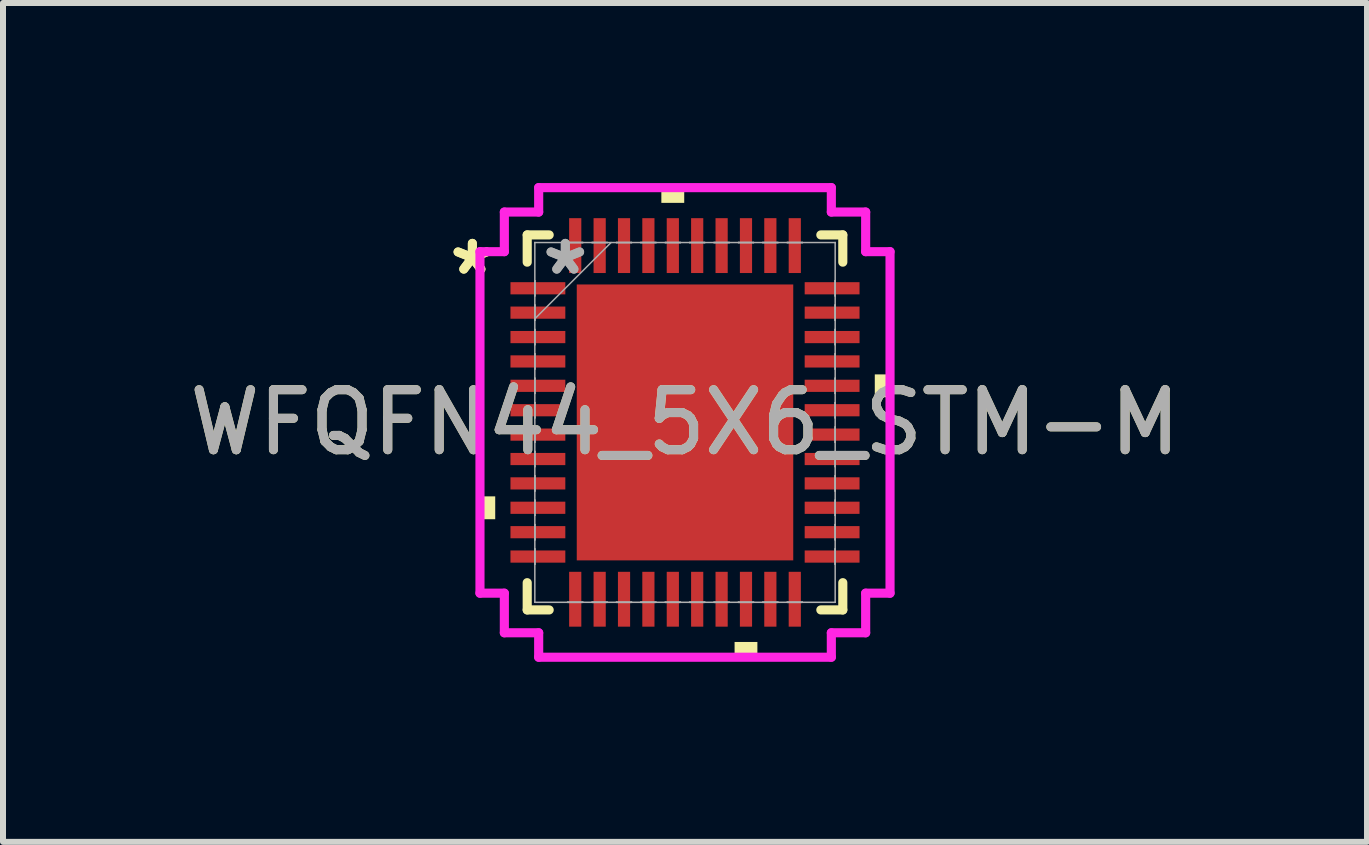
<source format=kicad_pcb>
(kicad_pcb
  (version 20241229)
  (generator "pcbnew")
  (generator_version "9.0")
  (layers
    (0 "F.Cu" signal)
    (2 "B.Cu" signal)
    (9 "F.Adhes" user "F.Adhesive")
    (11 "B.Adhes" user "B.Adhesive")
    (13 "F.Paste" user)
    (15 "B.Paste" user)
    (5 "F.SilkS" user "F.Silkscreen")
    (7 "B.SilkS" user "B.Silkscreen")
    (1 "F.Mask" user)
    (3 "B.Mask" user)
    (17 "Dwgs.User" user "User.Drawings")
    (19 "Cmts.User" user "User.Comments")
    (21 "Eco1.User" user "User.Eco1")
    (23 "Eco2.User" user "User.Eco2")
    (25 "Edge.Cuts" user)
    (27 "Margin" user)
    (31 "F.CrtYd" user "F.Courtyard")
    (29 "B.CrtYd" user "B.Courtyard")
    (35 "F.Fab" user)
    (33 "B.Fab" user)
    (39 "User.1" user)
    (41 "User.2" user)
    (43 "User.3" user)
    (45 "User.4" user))
  (footprint "WFQFN44_5X6_STM-M"
    (layer "F.Cu")
    (at 8.363 3.988)
    (property "Reference" "WFQFN44_5X6_STM-M" (at 0 0 0) (unlocked yes) (layer "F.SilkS") (effects (font (size 1 1) (thickness 0.15))))
    (attr smd)
    (fp_line (start -2.629 -3.124) (end -2.629 -2.67) (stroke (width 0.152) (type solid)) (layer "F.SilkS"))
    (fp_line (start -2.629 2.67) (end -2.629 3.124) (stroke (width 0.152) (type solid)) (layer "F.SilkS"))
    (fp_line (start -2.629 3.124) (end -2.263 3.124) (stroke (width 0.152) (type solid)) (layer "F.SilkS"))
    (fp_line (start -2.263 -3.124) (end -2.629 -3.124) (stroke (width 0.152) (type solid)) (layer "F.SilkS"))
    (fp_line (start 2.263 3.124) (end 2.629 3.124) (stroke (width 0.152) (type solid)) (layer "F.SilkS"))
    (fp_line (start 2.629 -3.124) (end 2.263 -3.124) (stroke (width 0.152) (type solid)) (layer "F.SilkS"))
    (fp_line (start 2.629 -2.67) (end 2.629 -3.124) (stroke (width 0.152) (type solid)) (layer "F.SilkS"))
    (fp_line (start 2.629 3.124) (end 2.629 2.67) (stroke (width 0.152) (type solid)) (layer "F.SilkS"))
    (fp_poly (pts (xy -3.416 1.232) (xy -3.416 1.613) (xy -3.162 1.613) (xy -3.162 1.232)) (stroke (width 0) (type solid)) (fill yes) (layer "F.SilkS"))
    (fp_poly (pts (xy -0.394 -3.658) (xy -0.394 -3.912) (xy -0.013 -3.912) (xy -0.013 -3.658)) (stroke (width 0) (type solid)) (fill yes) (layer "F.SilkS"))
    (fp_poly (pts (xy 0.826 3.658) (xy 0.826 3.912) (xy 1.206 3.912) (xy 1.206 3.658)) (stroke (width 0) (type solid)) (fill yes) (layer "F.SilkS"))
    (fp_poly (pts (xy 3.416 -0.8) (xy 3.416 -0.419) (xy 3.162 -0.419) (xy 3.162 -0.8)) (stroke (width 0) (type solid)) (fill yes) (layer "F.SilkS"))
    (fp_poly (pts (xy -1.703 -2.199) (xy -1.703 -0.866) (xy -0.1 -0.866) (xy -0.1 -2.199)) (stroke (width 0) (type solid)) (fill yes) (layer "F.Paste"))
    (fp_poly (pts (xy -1.703 -0.666) (xy -1.703 0.666) (xy -0.1 0.666) (xy -0.1 -0.666)) (stroke (width 0) (type solid)) (fill yes) (layer "F.Paste"))
    (fp_poly (pts (xy -1.703 0.866) (xy -1.703 2.199) (xy -0.1 2.199) (xy -0.1 0.866)) (stroke (width 0) (type solid)) (fill yes) (layer "F.Paste"))
    (fp_poly (pts (xy 0.1 -2.199) (xy 0.1 -0.866) (xy 1.703 -0.866) (xy 1.703 -2.199)) (stroke (width 0) (type solid)) (fill yes) (layer "F.Paste"))
    (fp_poly (pts (xy 0.1 -0.666) (xy 0.1 0.666) (xy 1.703 0.666) (xy 1.703 -0.666)) (stroke (width 0) (type solid)) (fill yes) (layer "F.Paste"))
    (fp_poly (pts (xy 0.1 0.866) (xy 0.1 2.199) (xy 1.703 2.199) (xy 1.703 0.866)) (stroke (width 0) (type solid)) (fill yes) (layer "F.Paste"))
    (fp_line (start -3.416 -2.845) (end -3.01 -2.845) (stroke (width 0.152) (type solid)) (layer "F.CrtYd"))
    (fp_line (start -3.416 2.845) (end -3.416 -2.845) (stroke (width 0.152) (type solid)) (layer "F.CrtYd"))
    (fp_line (start -3.01 -3.505) (end -2.438 -3.505) (stroke (width 0.152) (type solid)) (layer "F.CrtYd"))
    (fp_line (start -3.01 -2.845) (end -3.01 -3.505) (stroke (width 0.152) (type solid)) (layer "F.CrtYd"))
    (fp_line (start -3.01 2.845) (end -3.416 2.845) (stroke (width 0.152) (type solid)) (layer "F.CrtYd"))
    (fp_line (start -3.01 3.505) (end -3.01 2.845) (stroke (width 0.152) (type solid)) (layer "F.CrtYd"))
    (fp_line (start -2.438 -3.912) (end 2.438 -3.912) (stroke (width 0.152) (type solid)) (layer "F.CrtYd"))
    (fp_line (start -2.438 -3.505) (end -2.438 -3.912) (stroke (width 0.152) (type solid)) (layer "F.CrtYd"))
    (fp_line (start -2.438 3.505) (end -3.01 3.505) (stroke (width 0.152) (type solid)) (layer "F.CrtYd"))
    (fp_line (start -2.438 3.912) (end -2.438 3.505) (stroke (width 0.152) (type solid)) (layer "F.CrtYd"))
    (fp_line (start 2.438 -3.912) (end 2.438 -3.505) (stroke (width 0.152) (type solid)) (layer "F.CrtYd"))
    (fp_line (start 2.438 -3.505) (end 3.01 -3.505) (stroke (width 0.152) (type solid)) (layer "F.CrtYd"))
    (fp_line (start 2.438 3.505) (end 2.438 3.912) (stroke (width 0.152) (type solid)) (layer "F.CrtYd"))
    (fp_line (start 2.438 3.912) (end -2.438 3.912) (stroke (width 0.152) (type solid)) (layer "F.CrtYd"))
    (fp_line (start 3.01 -3.505) (end 3.01 -2.845) (stroke (width 0.152) (type solid)) (layer "F.CrtYd"))
    (fp_line (start 3.01 -2.845) (end 3.416 -2.845) (stroke (width 0.152) (type solid)) (layer "F.CrtYd"))
    (fp_line (start 3.01 2.845) (end 3.01 3.505) (stroke (width 0.152) (type solid)) (layer "F.CrtYd"))
    (fp_line (start 3.01 3.505) (end 2.438 3.505) (stroke (width 0.152) (type solid)) (layer "F.CrtYd"))
    (fp_line (start 3.416 -2.845) (end 3.416 2.845) (stroke (width 0.152) (type solid)) (layer "F.CrtYd"))
    (fp_line (start 3.416 2.845) (end 3.01 2.845) (stroke (width 0.152) (type solid)) (layer "F.CrtYd"))
    (fp_line (start -2.502 -2.997) (end -2.502 -2.997) (stroke (width 0.025) (type solid)) (layer "F.Fab"))
    (fp_line (start -2.502 -2.997) (end -2.502 2.997) (stroke (width 0.025) (type solid)) (layer "F.Fab"))
    (fp_line (start -2.502 -2.362) (end -2.502 -2.362) (stroke (width 0.025) (type solid)) (layer "F.Fab"))
    (fp_line (start -2.502 -2.362) (end -2.502 -2.108) (stroke (width 0.025) (type solid)) (layer "F.Fab"))
    (fp_line (start -2.502 -2.108) (end -2.502 -2.362) (stroke (width 0.025) (type solid)) (layer "F.Fab"))
    (fp_line (start -2.502 -2.108) (end -2.502 -2.108) (stroke (width 0.025) (type solid)) (layer "F.Fab"))
    (fp_line (start -2.502 -1.956) (end -2.502 -1.956) (stroke (width 0.025) (type solid)) (layer "F.Fab"))
    (fp_line (start -2.502 -1.956) (end -2.502 -1.702) (stroke (width 0.025) (type solid)) (layer "F.Fab"))
    (fp_line (start -2.502 -1.727) (end -1.232 -2.997) (stroke (width 0.025) (type solid)) (layer "F.Fab"))
    (fp_line (start -2.502 -1.702) (end -2.502 -1.956) (stroke (width 0.025) (type solid)) (layer "F.Fab"))
    (fp_line (start -2.502 -1.702) (end -2.502 -1.702) (stroke (width 0.025) (type solid)) (layer "F.Fab"))
    (fp_line (start -2.502 -1.549) (end -2.502 -1.549) (stroke (width 0.025) (type solid)) (layer "F.Fab"))
    (fp_line (start -2.502 -1.549) (end -2.502 -1.295) (stroke (width 0.025) (type solid)) (layer "F.Fab"))
    (fp_line (start -2.502 -1.295) (end -2.502 -1.549) (stroke (width 0.025) (type solid)) (layer "F.Fab"))
    (fp_line (start -2.502 -1.295) (end -2.502 -1.295) (stroke (width 0.025) (type solid)) (layer "F.Fab"))
    (fp_line (start -2.502 -1.143) (end -2.502 -1.143) (stroke (width 0.025) (type solid)) (layer "F.Fab"))
    (fp_line (start -2.502 -1.143) (end -2.502 -0.889) (stroke (width 0.025) (type solid)) (layer "F.Fab"))
    (fp_line (start -2.502 -0.889) (end -2.502 -1.143) (stroke (width 0.025) (type solid)) (layer "F.Fab"))
    (fp_line (start -2.502 -0.889) (end -2.502 -0.889) (stroke (width 0.025) (type solid)) (layer "F.Fab"))
    (fp_line (start -2.502 -0.737) (end -2.502 -0.737) (stroke (width 0.025) (type solid)) (layer "F.Fab"))
    (fp_line (start -2.502 -0.737) (end -2.502 -0.483) (stroke (width 0.025) (type solid)) (layer "F.Fab"))
    (fp_line (start -2.502 -0.483) (end -2.502 -0.737) (stroke (width 0.025) (type solid)) (layer "F.Fab"))
    (fp_line (start -2.502 -0.483) (end -2.502 -0.483) (stroke (width 0.025) (type solid)) (layer "F.Fab"))
    (fp_line (start -2.502 -0.33) (end -2.502 -0.33) (stroke (width 0.025) (type solid)) (layer "F.Fab"))
    (fp_line (start -2.502 -0.33) (end -2.502 -0.076) (stroke (width 0.025) (type solid)) (layer "F.Fab"))
    (fp_line (start -2.502 -0.076) (end -2.502 -0.33) (stroke (width 0.025) (type solid)) (layer "F.Fab"))
    (fp_line (start -2.502 -0.076) (end -2.502 -0.076) (stroke (width 0.025) (type solid)) (layer "F.Fab"))
    (fp_line (start -2.502 0.076) (end -2.502 0.076) (stroke (width 0.025) (type solid)) (layer "F.Fab"))
    (fp_line (start -2.502 0.076) (end -2.502 0.33) (stroke (width 0.025) (type solid)) (layer "F.Fab"))
    (fp_line (start -2.502 0.33) (end -2.502 0.076) (stroke (width 0.025) (type solid)) (layer "F.Fab"))
    (fp_line (start -2.502 0.33) (end -2.502 0.33) (stroke (width 0.025) (type solid)) (layer "F.Fab"))
    (fp_line (start -2.502 0.483) (end -2.502 0.483) (stroke (width 0.025) (type solid)) (layer "F.Fab"))
    (fp_line (start -2.502 0.483) (end -2.502 0.737) (stroke (width 0.025) (type solid)) (layer "F.Fab"))
    (fp_line (start -2.502 0.737) (end -2.502 0.483) (stroke (width 0.025) (type solid)) (layer "F.Fab"))
    (fp_line (start -2.502 0.737) (end -2.502 0.737) (stroke (width 0.025) (type solid)) (layer "F.Fab"))
    (fp_line (start -2.502 0.889) (end -2.502 0.889) (stroke (width 0.025) (type solid)) (layer "F.Fab"))
    (fp_line (start -2.502 0.889) (end -2.502 1.143) (stroke (width 0.025) (type solid)) (layer "F.Fab"))
    (fp_line (start -2.502 1.143) (end -2.502 0.889) (stroke (width 0.025) (type solid)) (layer "F.Fab"))
    (fp_line (start -2.502 1.143) (end -2.502 1.143) (stroke (width 0.025) (type solid)) (layer "F.Fab"))
    (fp_line (start -2.502 1.295) (end -2.502 1.295) (stroke (width 0.025) (type solid)) (layer "F.Fab"))
    (fp_line (start -2.502 1.295) (end -2.502 1.549) (stroke (width 0.025) (type solid)) (layer "F.Fab"))
    (fp_line (start -2.502 1.549) (end -2.502 1.295) (stroke (width 0.025) (type solid)) (layer "F.Fab"))
    (fp_line (start -2.502 1.549) (end -2.502 1.549) (stroke (width 0.025) (type solid)) (layer "F.Fab"))
    (fp_line (start -2.502 1.702) (end -2.502 1.702) (stroke (width 0.025) (type solid)) (layer "F.Fab"))
    (fp_line (start -2.502 1.702) (end -2.502 1.956) (stroke (width 0.025) (type solid)) (layer "F.Fab"))
    (fp_line (start -2.502 1.956) (end -2.502 1.702) (stroke (width 0.025) (type solid)) (layer "F.Fab"))
    (fp_line (start -2.502 1.956) (end -2.502 1.956) (stroke (width 0.025) (type solid)) (layer "F.Fab"))
    (fp_line (start -2.502 2.108) (end -2.502 2.108) (stroke (width 0.025) (type solid)) (layer "F.Fab"))
    (fp_line (start -2.502 2.108) (end -2.502 2.362) (stroke (width 0.025) (type solid)) (layer "F.Fab"))
    (fp_line (start -2.502 2.362) (end -2.502 2.108) (stroke (width 0.025) (type solid)) (layer "F.Fab"))
    (fp_line (start -2.502 2.362) (end -2.502 2.362) (stroke (width 0.025) (type solid)) (layer "F.Fab"))
    (fp_line (start -2.502 2.997) (end -2.502 2.997) (stroke (width 0.025) (type solid)) (layer "F.Fab"))
    (fp_line (start -2.502 2.997) (end 2.502 2.997) (stroke (width 0.025) (type solid)) (layer "F.Fab"))
    (fp_line (start -1.956 -2.997) (end -1.956 -2.997) (stroke (width 0.025) (type solid)) (layer "F.Fab"))
    (fp_line (start -1.956 -2.997) (end -1.702 -2.997) (stroke (width 0.025) (type solid)) (layer "F.Fab"))
    (fp_line (start -1.956 2.997) (end -1.956 2.997) (stroke (width 0.025) (type solid)) (layer "F.Fab"))
    (fp_line (start -1.956 2.997) (end -1.702 2.997) (stroke (width 0.025) (type solid)) (layer "F.Fab"))
    (fp_line (start -1.702 -2.997) (end -1.956 -2.997) (stroke (width 0.025) (type solid)) (layer "F.Fab"))
    (fp_line (start -1.702 -2.997) (end -1.702 -2.997) (stroke (width 0.025) (type solid)) (layer "F.Fab"))
    (fp_line (start -1.702 2.997) (end -1.956 2.997) (stroke (width 0.025) (type solid)) (layer "F.Fab"))
    (fp_line (start -1.702 2.997) (end -1.702 2.997) (stroke (width 0.025) (type solid)) (layer "F.Fab"))
    (fp_line (start -1.549 -2.997) (end -1.549 -2.997) (stroke (width 0.025) (type solid)) (layer "F.Fab"))
    (fp_line (start -1.549 -2.997) (end -1.295 -2.997) (stroke (width 0.025) (type solid)) (layer "F.Fab"))
    (fp_line (start -1.549 2.997) (end -1.549 2.997) (stroke (width 0.025) (type solid)) (layer "F.Fab"))
    (fp_line (start -1.549 2.997) (end -1.295 2.997) (stroke (width 0.025) (type solid)) (layer "F.Fab"))
    (fp_line (start -1.295 -2.997) (end -1.549 -2.997) (stroke (width 0.025) (type solid)) (layer "F.Fab"))
    (fp_line (start -1.295 -2.997) (end -1.295 -2.997) (stroke (width 0.025) (type solid)) (layer "F.Fab"))
    (fp_line (start -1.295 2.997) (end -1.549 2.997) (stroke (width 0.025) (type solid)) (layer "F.Fab"))
    (fp_line (start -1.295 2.997) (end -1.295 2.997) (stroke (width 0.025) (type solid)) (layer "F.Fab"))
    (fp_line (start -1.143 -2.997) (end -1.143 -2.997) (stroke (width 0.025) (type solid)) (layer "F.Fab"))
    (fp_line (start -1.143 -2.997) (end -0.889 -2.997) (stroke (width 0.025) (type solid)) (layer "F.Fab"))
    (fp_line (start -1.143 2.997) (end -1.143 2.997) (stroke (width 0.025) (type solid)) (layer "F.Fab"))
    (fp_line (start -1.143 2.997) (end -0.889 2.997) (stroke (width 0.025) (type solid)) (layer "F.Fab"))
    (fp_line (start -0.889 -2.997) (end -1.143 -2.997) (stroke (width 0.025) (type solid)) (layer "F.Fab"))
    (fp_line (start -0.889 -2.997) (end -0.889 -2.997) (stroke (width 0.025) (type solid)) (layer "F.Fab"))
    (fp_line (start -0.889 2.997) (end -1.143 2.997) (stroke (width 0.025) (type solid)) (layer "F.Fab"))
    (fp_line (start -0.889 2.997) (end -0.889 2.997) (stroke (width 0.025) (type solid)) (layer "F.Fab"))
    (fp_line (start -0.737 -2.997) (end -0.737 -2.997) (stroke (width 0.025) (type solid)) (layer "F.Fab"))
    (fp_line (start -0.737 -2.997) (end -0.483 -2.997) (stroke (width 0.025) (type solid)) (layer "F.Fab"))
    (fp_line (start -0.737 2.997) (end -0.737 2.997) (stroke (width 0.025) (type solid)) (layer "F.Fab"))
    (fp_line (start -0.737 2.997) (end -0.483 2.997) (stroke (width 0.025) (type solid)) (layer "F.Fab"))
    (fp_line (start -0.483 -2.997) (end -0.737 -2.997) (stroke (width 0.025) (type solid)) (layer "F.Fab"))
    (fp_line (start -0.483 -2.997) (end -0.483 -2.997) (stroke (width 0.025) (type solid)) (layer "F.Fab"))
    (fp_line (start -0.483 2.997) (end -0.737 2.997) (stroke (width 0.025) (type solid)) (layer "F.Fab"))
    (fp_line (start -0.483 2.997) (end -0.483 2.997) (stroke (width 0.025) (type solid)) (layer "F.Fab"))
    (fp_line (start -0.33 -2.997) (end -0.33 -2.997) (stroke (width 0.025) (type solid)) (layer "F.Fab"))
    (fp_line (start -0.33 -2.997) (end -0.076 -2.997) (stroke (width 0.025) (type solid)) (layer "F.Fab"))
    (fp_line (start -0.33 2.997) (end -0.33 2.997) (stroke (width 0.025) (type solid)) (layer "F.Fab"))
    (fp_line (start -0.33 2.997) (end -0.076 2.997) (stroke (width 0.025) (type solid)) (layer "F.Fab"))
    (fp_line (start -0.076 -2.997) (end -0.33 -2.997) (stroke (width 0.025) (type solid)) (layer "F.Fab"))
    (fp_line (start -0.076 -2.997) (end -0.076 -2.997) (stroke (width 0.025) (type solid)) (layer "F.Fab"))
    (fp_line (start -0.076 2.997) (end -0.33 2.997) (stroke (width 0.025) (type solid)) (layer "F.Fab"))
    (fp_line (start -0.076 2.997) (end -0.076 2.997) (stroke (width 0.025) (type solid)) (layer "F.Fab"))
    (fp_line (start 0.076 -2.997) (end 0.076 -2.997) (stroke (width 0.025) (type solid)) (layer "F.Fab"))
    (fp_line (start 0.076 -2.997) (end 0.33 -2.997) (stroke (width 0.025) (type solid)) (layer "F.Fab"))
    (fp_line (start 0.076 2.997) (end 0.076 2.997) (stroke (width 0.025) (type solid)) (layer "F.Fab"))
    (fp_line (start 0.076 2.997) (end 0.33 2.997) (stroke (width 0.025) (type solid)) (layer "F.Fab"))
    (fp_line (start 0.33 -2.997) (end 0.076 -2.997) (stroke (width 0.025) (type solid)) (layer "F.Fab"))
    (fp_line (start 0.33 -2.997) (end 0.33 -2.997) (stroke (width 0.025) (type solid)) (layer "F.Fab"))
    (fp_line (start 0.33 2.997) (end 0.076 2.997) (stroke (width 0.025) (type solid)) (layer "F.Fab"))
    (fp_line (start 0.33 2.997) (end 0.33 2.997) (stroke (width 0.025) (type solid)) (layer "F.Fab"))
    (fp_line (start 0.483 -2.997) (end 0.483 -2.997) (stroke (width 0.025) (type solid)) (layer "F.Fab"))
    (fp_line (start 0.483 -2.997) (end 0.737 -2.997) (stroke (width 0.025) (type solid)) (layer "F.Fab"))
    (fp_line (start 0.483 2.997) (end 0.483 2.997) (stroke (width 0.025) (type solid)) (layer "F.Fab"))
    (fp_line (start 0.483 2.997) (end 0.737 2.997) (stroke (width 0.025) (type solid)) (layer "F.Fab"))
    (fp_line (start 0.737 -2.997) (end 0.483 -2.997) (stroke (width 0.025) (type solid)) (layer "F.Fab"))
    (fp_line (start 0.737 -2.997) (end 0.737 -2.997) (stroke (width 0.025) (type solid)) (layer "F.Fab"))
    (fp_line (start 0.737 2.997) (end 0.483 2.997) (stroke (width 0.025) (type solid)) (layer "F.Fab"))
    (fp_line (start 0.737 2.997) (end 0.737 2.997) (stroke (width 0.025) (type solid)) (layer "F.Fab"))
    (fp_line (start 0.889 -2.997) (end 0.889 -2.997) (stroke (width 0.025) (type solid)) (layer "F.Fab"))
    (fp_line (start 0.889 -2.997) (end 1.143 -2.997) (stroke (width 0.025) (type solid)) (layer "F.Fab"))
    (fp_line (start 0.889 2.997) (end 0.889 2.997) (stroke (width 0.025) (type solid)) (layer "F.Fab"))
    (fp_line (start 0.889 2.997) (end 1.143 2.997) (stroke (width 0.025) (type solid)) (layer "F.Fab"))
    (fp_line (start 1.143 -2.997) (end 0.889 -2.997) (stroke (width 0.025) (type solid)) (layer "F.Fab"))
    (fp_line (start 1.143 -2.997) (end 1.143 -2.997) (stroke (width 0.025) (type solid)) (layer "F.Fab"))
    (fp_line (start 1.143 2.997) (end 0.889 2.997) (stroke (width 0.025) (type solid)) (layer "F.Fab"))
    (fp_line (start 1.143 2.997) (end 1.143 2.997) (stroke (width 0.025) (type solid)) (layer "F.Fab"))
    (fp_line (start 1.295 -2.997) (end 1.295 -2.997) (stroke (width 0.025) (type solid)) (layer "F.Fab"))
    (fp_line (start 1.295 -2.997) (end 1.549 -2.997) (stroke (width 0.025) (type solid)) (layer "F.Fab"))
    (fp_line (start 1.295 2.997) (end 1.295 2.997) (stroke (width 0.025) (type solid)) (layer "F.Fab"))
    (fp_line (start 1.295 2.997) (end 1.549 2.997) (stroke (width 0.025) (type solid)) (layer "F.Fab"))
    (fp_line (start 1.549 -2.997) (end 1.295 -2.997) (stroke (width 0.025) (type solid)) (layer "F.Fab"))
    (fp_line (start 1.549 -2.997) (end 1.549 -2.997) (stroke (width 0.025) (type solid)) (layer "F.Fab"))
    (fp_line (start 1.549 2.997) (end 1.295 2.997) (stroke (width 0.025) (type solid)) (layer "F.Fab"))
    (fp_line (start 1.549 2.997) (end 1.549 2.997) (stroke (width 0.025) (type solid)) (layer "F.Fab"))
    (fp_line (start 1.702 -2.997) (end 1.702 -2.997) (stroke (width 0.025) (type solid)) (layer "F.Fab"))
    (fp_line (start 1.702 -2.997) (end 1.956 -2.997) (stroke (width 0.025) (type solid)) (layer "F.Fab"))
    (fp_line (start 1.702 2.997) (end 1.702 2.997) (stroke (width 0.025) (type solid)) (layer "F.Fab"))
    (fp_line (start 1.702 2.997) (end 1.956 2.997) (stroke (width 0.025) (type solid)) (layer "F.Fab"))
    (fp_line (start 1.956 -2.997) (end 1.702 -2.997) (stroke (width 0.025) (type solid)) (layer "F.Fab"))
    (fp_line (start 1.956 -2.997) (end 1.956 -2.997) (stroke (width 0.025) (type solid)) (layer "F.Fab"))
    (fp_line (start 1.956 2.997) (end 1.702 2.997) (stroke (width 0.025) (type solid)) (layer "F.Fab"))
    (fp_line (start 1.956 2.997) (end 1.956 2.997) (stroke (width 0.025) (type solid)) (layer "F.Fab"))
    (fp_line (start 2.502 -2.997) (end -2.502 -2.997) (stroke (width 0.025) (type solid)) (layer "F.Fab"))
    (fp_line (start 2.502 -2.997) (end 2.502 -2.997) (stroke (width 0.025) (type solid)) (layer "F.Fab"))
    (fp_line (start 2.502 -2.362) (end 2.502 -2.362) (stroke (width 0.025) (type solid)) (layer "F.Fab"))
    (fp_line (start 2.502 -2.362) (end 2.502 -2.108) (stroke (width 0.025) (type solid)) (layer "F.Fab"))
    (fp_line (start 2.502 -2.108) (end 2.502 -2.362) (stroke (width 0.025) (type solid)) (layer "F.Fab"))
    (fp_line (start 2.502 -2.108) (end 2.502 -2.108) (stroke (width 0.025) (type solid)) (layer "F.Fab"))
    (fp_line (start 2.502 -1.956) (end 2.502 -1.956) (stroke (width 0.025) (type solid)) (layer "F.Fab"))
    (fp_line (start 2.502 -1.956) (end 2.502 -1.702) (stroke (width 0.025) (type solid)) (layer "F.Fab"))
    (fp_line (start 2.502 -1.702) (end 2.502 -1.956) (stroke (width 0.025) (type solid)) (layer "F.Fab"))
    (fp_line (start 2.502 -1.702) (end 2.502 -1.702) (stroke (width 0.025) (type solid)) (layer "F.Fab"))
    (fp_line (start 2.502 -1.549) (end 2.502 -1.549) (stroke (width 0.025) (type solid)) (layer "F.Fab"))
    (fp_line (start 2.502 -1.549) (end 2.502 -1.295) (stroke (width 0.025) (type solid)) (layer "F.Fab"))
    (fp_line (start 2.502 -1.295) (end 2.502 -1.549) (stroke (width 0.025) (type solid)) (layer "F.Fab"))
    (fp_line (start 2.502 -1.295) (end 2.502 -1.295) (stroke (width 0.025) (type solid)) (layer "F.Fab"))
    (fp_line (start 2.502 -1.143) (end 2.502 -1.143) (stroke (width 0.025) (type solid)) (layer "F.Fab"))
    (fp_line (start 2.502 -1.143) (end 2.502 -0.889) (stroke (width 0.025) (type solid)) (layer "F.Fab"))
    (fp_line (start 2.502 -0.889) (end 2.502 -1.143) (stroke (width 0.025) (type solid)) (layer "F.Fab"))
    (fp_line (start 2.502 -0.889) (end 2.502 -0.889) (stroke (width 0.025) (type solid)) (layer "F.Fab"))
    (fp_line (start 2.502 -0.737) (end 2.502 -0.737) (stroke (width 0.025) (type solid)) (layer "F.Fab"))
    (fp_line (start 2.502 -0.737) (end 2.502 -0.483) (stroke (width 0.025) (type solid)) (layer "F.Fab"))
    (fp_line (start 2.502 -0.483) (end 2.502 -0.737) (stroke (width 0.025) (type solid)) (layer "F.Fab"))
    (fp_line (start 2.502 -0.483) (end 2.502 -0.483) (stroke (width 0.025) (type solid)) (layer "F.Fab"))
    (fp_line (start 2.502 -0.33) (end 2.502 -0.33) (stroke (width 0.025) (type solid)) (layer "F.Fab"))
    (fp_line (start 2.502 -0.33) (end 2.502 -0.076) (stroke (width 0.025) (type solid)) (layer "F.Fab"))
    (fp_line (start 2.502 -0.076) (end 2.502 -0.33) (stroke (width 0.025) (type solid)) (layer "F.Fab"))
    (fp_line (start 2.502 -0.076) (end 2.502 -0.076) (stroke (width 0.025) (type solid)) (layer "F.Fab"))
    (fp_line (start 2.502 0.076) (end 2.502 0.076) (stroke (width 0.025) (type solid)) (layer "F.Fab"))
    (fp_line (start 2.502 0.076) (end 2.502 0.33) (stroke (width 0.025) (type solid)) (layer "F.Fab"))
    (fp_line (start 2.502 0.33) (end 2.502 0.076) (stroke (width 0.025) (type solid)) (layer "F.Fab"))
    (fp_line (start 2.502 0.33) (end 2.502 0.33) (stroke (width 0.025) (type solid)) (layer "F.Fab"))
    (fp_line (start 2.502 0.483) (end 2.502 0.483) (stroke (width 0.025) (type solid)) (layer "F.Fab"))
    (fp_line (start 2.502 0.483) (end 2.502 0.737) (stroke (width 0.025) (type solid)) (layer "F.Fab"))
    (fp_line (start 2.502 0.737) (end 2.502 0.483) (stroke (width 0.025) (type solid)) (layer "F.Fab"))
    (fp_line (start 2.502 0.737) (end 2.502 0.737) (stroke (width 0.025) (type solid)) (layer "F.Fab"))
    (fp_line (start 2.502 0.889) (end 2.502 0.889) (stroke (width 0.025) (type solid)) (layer "F.Fab"))
    (fp_line (start 2.502 0.889) (end 2.502 1.143) (stroke (width 0.025) (type solid)) (layer "F.Fab"))
    (fp_line (start 2.502 1.143) (end 2.502 0.889) (stroke (width 0.025) (type solid)) (layer "F.Fab"))
    (fp_line (start 2.502 1.143) (end 2.502 1.143) (stroke (width 0.025) (type solid)) (layer "F.Fab"))
    (fp_line (start 2.502 1.295) (end 2.502 1.295) (stroke (width 0.025) (type solid)) (layer "F.Fab"))
    (fp_line (start 2.502 1.295) (end 2.502 1.549) (stroke (width 0.025) (type solid)) (layer "F.Fab"))
    (fp_line (start 2.502 1.549) (end 2.502 1.295) (stroke (width 0.025) (type solid)) (layer "F.Fab"))
    (fp_line (start 2.502 1.549) (end 2.502 1.549) (stroke (width 0.025) (type solid)) (layer "F.Fab"))
    (fp_line (start 2.502 1.702) (end 2.502 1.702) (stroke (width 0.025) (type solid)) (layer "F.Fab"))
    (fp_line (start 2.502 1.702) (end 2.502 1.956) (stroke (width 0.025) (type solid)) (layer "F.Fab"))
    (fp_line (start 2.502 1.956) (end 2.502 1.702) (stroke (width 0.025) (type solid)) (layer "F.Fab"))
    (fp_line (start 2.502 1.956) (end 2.502 1.956) (stroke (width 0.025) (type solid)) (layer "F.Fab"))
    (fp_line (start 2.502 2.108) (end 2.502 2.108) (stroke (width 0.025) (type solid)) (layer "F.Fab"))
    (fp_line (start 2.502 2.108) (end 2.502 2.362) (stroke (width 0.025) (type solid)) (layer "F.Fab"))
    (fp_line (start 2.502 2.362) (end 2.502 2.108) (stroke (width 0.025) (type solid)) (layer "F.Fab"))
    (fp_line (start 2.502 2.362) (end 2.502 2.362) (stroke (width 0.025) (type solid)) (layer "F.Fab"))
    (fp_line (start 2.502 2.997) (end 2.502 -2.997) (stroke (width 0.025) (type solid)) (layer "F.Fab"))
    (fp_line (start 2.502 2.997) (end 2.502 2.997) (stroke (width 0.025) (type solid)) (layer "F.Fab"))
    (fp_text user "*" (at -3.543 -2.438 0) (unlocked yes) (layer "F.SilkS") (effects (font (size 1 1) (thickness 0.15))))
    (fp_text user "*" (at -3.543 -2.438 0) (layer "F.SilkS") (effects (font (size 1 1) (thickness 0.15))))
    (fp_text user "${REFERENCE}" (at 0 0 0) (unlocked yes) (layer "F.Fab") (effects (font (size 1 1) (thickness 0.15))))
    (fp_text user "*" (at -1.994 -2.438 0) (layer "F.Fab") (effects (font (size 1 1) (thickness 0.15))))
    (fp_text user "*" (at -1.994 -2.438 0) (unlocked yes) (layer "F.Fab") (effects (font (size 1 1) (thickness 0.15))))
    (pad "1" smd rect (at -2.451 -2.235 90) (size 0.203 0.914) (layers "F.Cu" "F.Mask" "F.Paste"))
    (pad "2" smd rect (at -2.451 -1.829 90) (size 0.203 0.914) (layers "F.Cu" "F.Mask" "F.Paste"))
    (pad "3" smd rect (at -2.451 -1.422 90) (size 0.203 0.914) (layers "F.Cu" "F.Mask" "F.Paste"))
    (pad "4" smd rect (at -2.451 -1.016 90) (size 0.203 0.914) (layers "F.Cu" "F.Mask" "F.Paste"))
    (pad "5" smd rect (at -2.451 -0.61 90) (size 0.203 0.914) (layers "F.Cu" "F.Mask" "F.Paste"))
    (pad "6" smd rect (at -2.451 -0.203 90) (size 0.203 0.914) (layers "F.Cu" "F.Mask" "F.Paste"))
    (pad "7" smd rect (at -2.451 0.203 90) (size 0.203 0.914) (layers "F.Cu" "F.Mask" "F.Paste"))
    (pad "8" smd rect (at -2.451 0.61 90) (size 0.203 0.914) (layers "F.Cu" "F.Mask" "F.Paste"))
    (pad "9" smd rect (at -2.451 1.016 90) (size 0.203 0.914) (layers "F.Cu" "F.Mask" "F.Paste"))
    (pad "10" smd rect (at -2.451 1.422 90) (size 0.203 0.914) (layers "F.Cu" "F.Mask" "F.Paste"))
    (pad "11" smd rect (at -2.451 1.829 90) (size 0.203 0.914) (layers "F.Cu" "F.Mask" "F.Paste"))
    (pad "12" smd rect (at -2.451 2.235 90) (size 0.203 0.914) (layers "F.Cu" "F.Mask" "F.Paste"))
    (pad "13" smd rect (at -1.829 2.946) (size 0.203 0.914) (layers "F.Cu" "F.Mask" "F.Paste"))
    (pad "14" smd rect (at -1.422 2.946) (size 0.203 0.914) (layers "F.Cu" "F.Mask" "F.Paste"))
    (pad "15" smd rect (at -1.016 2.946) (size 0.203 0.914) (layers "F.Cu" "F.Mask" "F.Paste"))
    (pad "16" smd rect (at -0.61 2.946) (size 0.203 0.914) (layers "F.Cu" "F.Mask" "F.Paste"))
    (pad "17" smd rect (at -0.203 2.946) (size 0.203 0.914) (layers "F.Cu" "F.Mask" "F.Paste"))
    (pad "18" smd rect (at 0.203 2.946) (size 0.203 0.914) (layers "F.Cu" "F.Mask" "F.Paste"))
    (pad "19" smd rect (at 0.61 2.946) (size 0.203 0.914) (layers "F.Cu" "F.Mask" "F.Paste"))
    (pad "20" smd rect (at 1.016 2.946) (size 0.203 0.914) (layers "F.Cu" "F.Mask" "F.Paste"))
    (pad "21" smd rect (at 1.422 2.946) (size 0.203 0.914) (layers "F.Cu" "F.Mask" "F.Paste"))
    (pad "22" smd rect (at 1.829 2.946) (size 0.203 0.914) (layers "F.Cu" "F.Mask" "F.Paste"))
    (pad "23" smd rect (at 2.451 2.235 90) (size 0.203 0.914) (layers "F.Cu" "F.Mask" "F.Paste"))
    (pad "24" smd rect (at 2.451 1.829 90) (size 0.203 0.914) (layers "F.Cu" "F.Mask" "F.Paste"))
    (pad "25" smd rect (at 2.451 1.422 90) (size 0.203 0.914) (layers "F.Cu" "F.Mask" "F.Paste"))
    (pad "26" smd rect (at 2.451 1.016 90) (size 0.203 0.914) (layers "F.Cu" "F.Mask" "F.Paste"))
    (pad "27" smd rect (at 2.451 0.61 90) (size 0.203 0.914) (layers "F.Cu" "F.Mask" "F.Paste"))
    (pad "28" smd rect (at 2.451 0.203 90) (size 0.203 0.914) (layers "F.Cu" "F.Mask" "F.Paste"))
    (pad "29" smd rect (at 2.451 -0.203 90) (size 0.203 0.914) (layers "F.Cu" "F.Mask" "F.Paste"))
    (pad "30" smd rect (at 2.451 -0.61 90) (size 0.203 0.914) (layers "F.Cu" "F.Mask" "F.Paste"))
    (pad "31" smd rect (at 2.451 -1.016 90) (size 0.203 0.914) (layers "F.Cu" "F.Mask" "F.Paste"))
    (pad "32" smd rect (at 2.451 -1.422 90) (size 0.203 0.914) (layers "F.Cu" "F.Mask" "F.Paste"))
    (pad "33" smd rect (at 2.451 -1.829 90) (size 0.203 0.914) (layers "F.Cu" "F.Mask" "F.Paste"))
    (pad "34" smd rect (at 2.451 -2.235 90) (size 0.203 0.914) (layers "F.Cu" "F.Mask" "F.Paste"))
    (pad "35" smd rect (at 1.829 -2.946) (size 0.203 0.914) (layers "F.Cu" "F.Mask" "F.Paste"))
    (pad "36" smd rect (at 1.422 -2.946) (size 0.203 0.914) (layers "F.Cu" "F.Mask" "F.Paste"))
    (pad "37" smd rect (at 1.016 -2.946) (size 0.203 0.914) (layers "F.Cu" "F.Mask" "F.Paste"))
    (pad "38" smd rect (at 0.61 -2.946) (size 0.203 0.914) (layers "F.Cu" "F.Mask" "F.Paste"))
    (pad "39" smd rect (at 0.203 -2.946) (size 0.203 0.914) (layers "F.Cu" "F.Mask" "F.Paste"))
    (pad "40" smd rect (at -0.203 -2.946) (size 0.203 0.914) (layers "F.Cu" "F.Mask" "F.Paste"))
    (pad "41" smd rect (at -0.61 -2.946) (size 0.203 0.914) (layers "F.Cu" "F.Mask" "F.Paste"))
    (pad "42" smd rect (at -1.016 -2.946) (size 0.203 0.914) (layers "F.Cu" "F.Mask" "F.Paste"))
    (pad "43" smd rect (at -1.422 -2.946) (size 0.203 0.914) (layers "F.Cu" "F.Mask" "F.Paste"))
    (pad "44" smd rect (at -1.829 -2.946) (size 0.203 0.914) (layers "F.Cu" "F.Mask" "F.Paste"))
    (pad "45" smd rect (at 0 0) (size 3.607 4.597) (layers "F.Cu" "F.Mask" "F.Paste")))
  (gr_rect
    (start -3 -3)
    (end 19.726 10.976)
    (stroke (width 0.1) (type default))
    (fill no)
    (layer "Edge.Cuts")))
</source>
